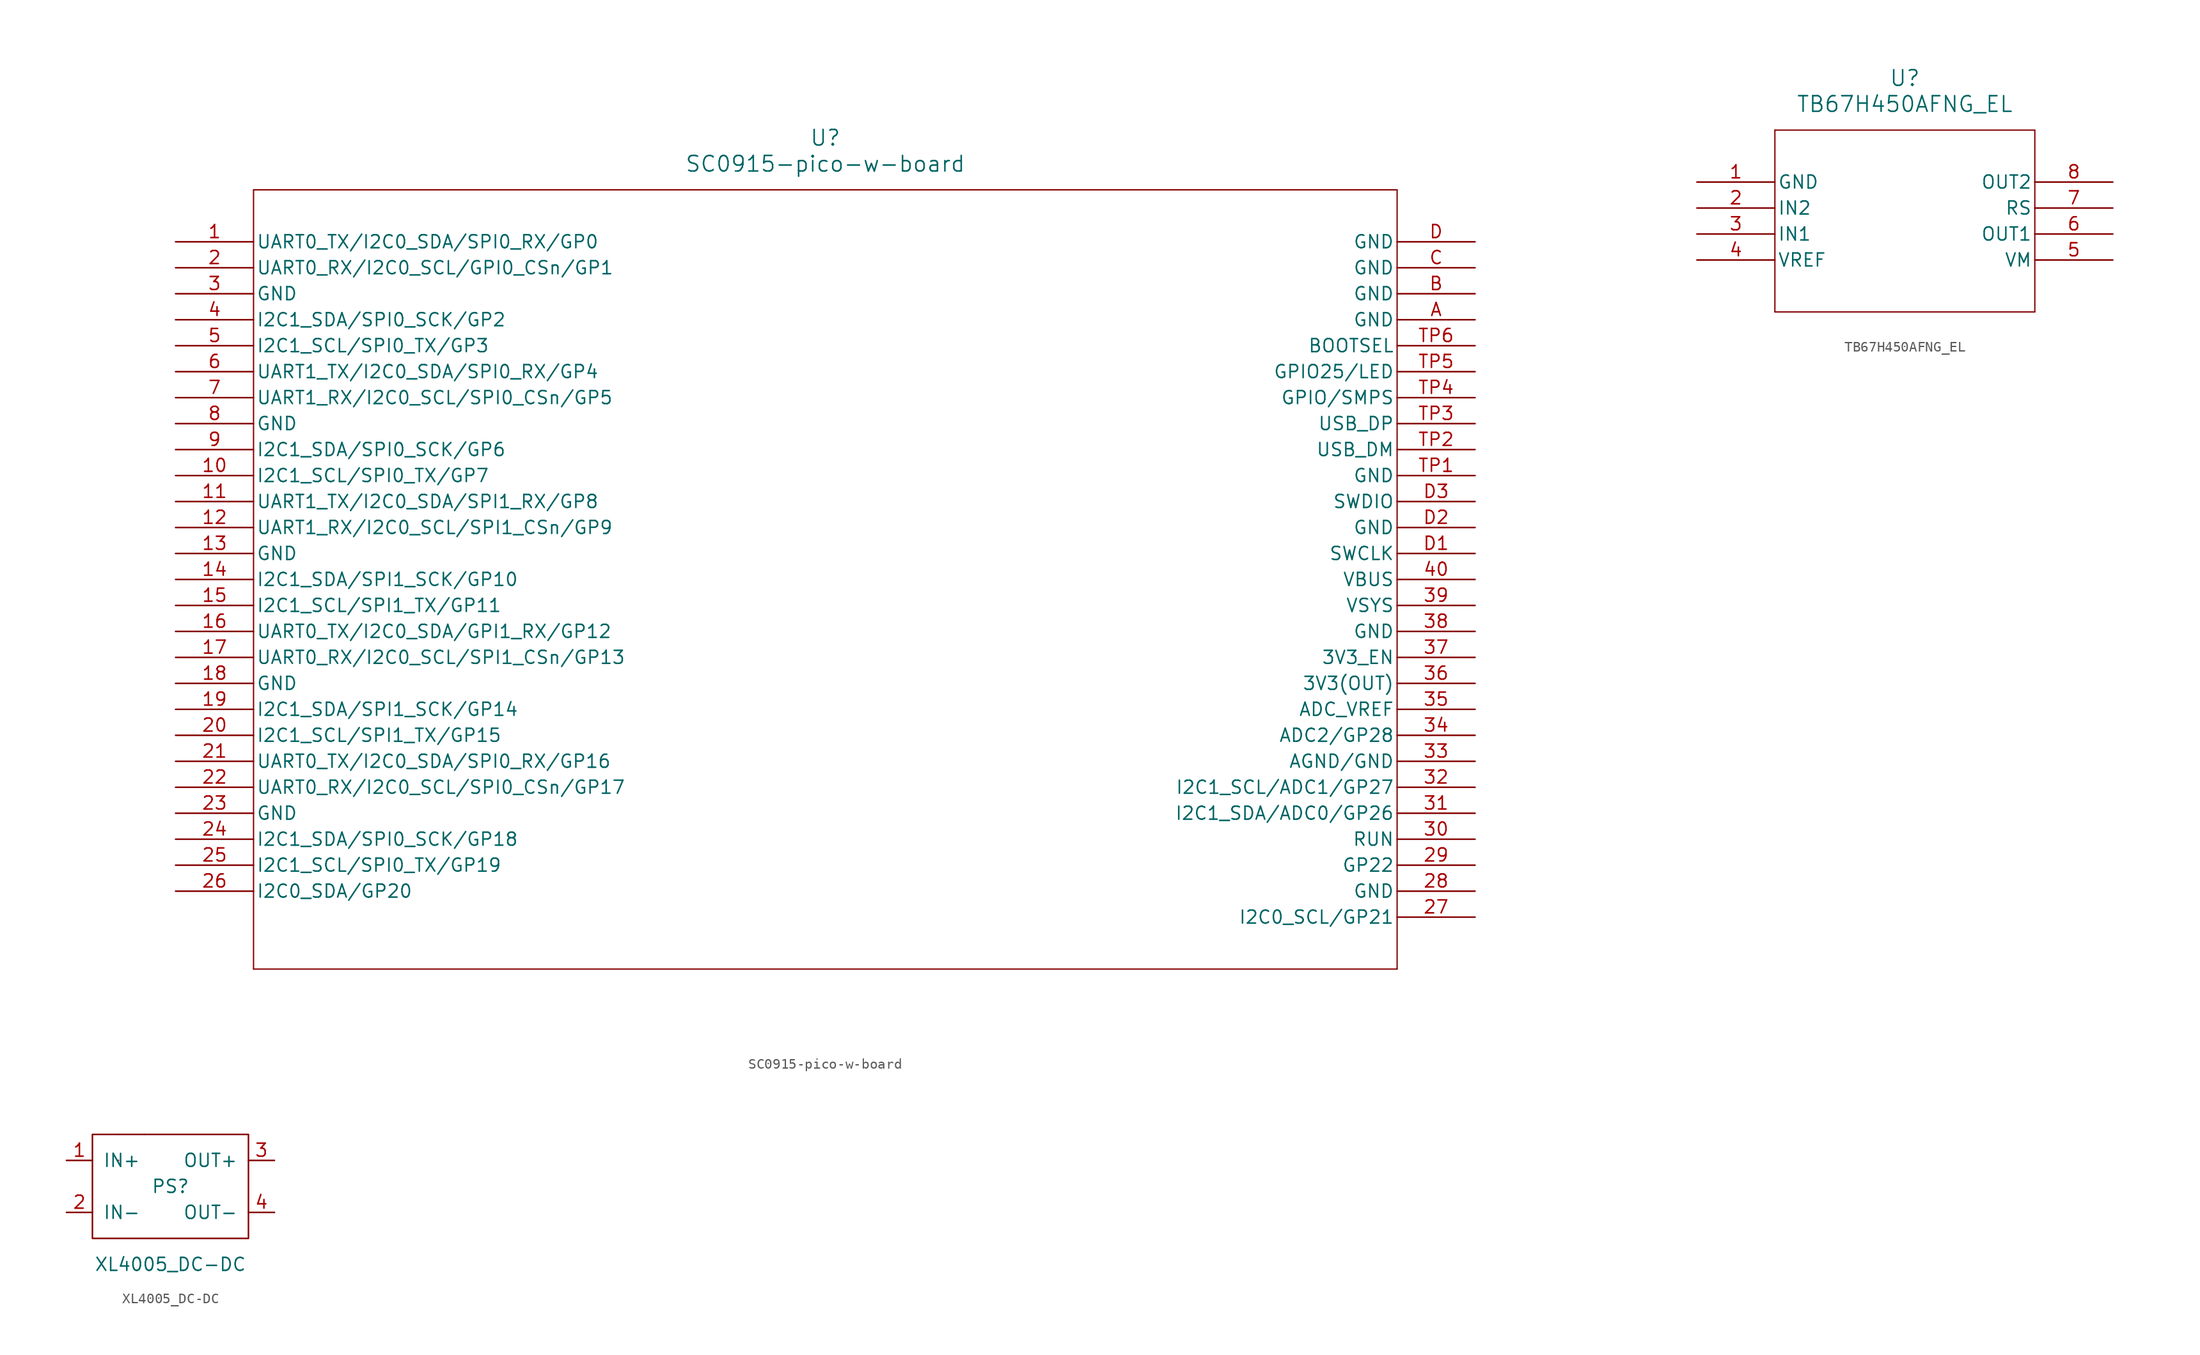
<source format=kicad_sym>
(kicad_symbol_lib
  (version 20211014)
  (generator kicad_symbol_editor)
  (symbol "SC0915-pico-w-board"
    (pin_names
      (offset 0.254))
    (property "Reference" "U"
      (at 63.5 10.16 0)
      (effects (font (size 1.524 1.524))))
    (property "Value" "SC0915-pico-w-board"
      (at 63.5 7.62 0)
      (effects (font (size 1.524 1.524))))
    (property "ki_locked" ""
      (at 0 0 0)
      (effects (font (size 1.27 1.27))))
    (symbol "SC0915-pico-w-board_0_1"
      (polyline (pts (xy 7.62 -71.12) (xy 119.38 -71.12)) (stroke (width 0.127) (type default) (color 0 0 0 0)) (fill (type none)))
      (polyline (pts (xy 7.62 5.08) (xy 7.62 -71.12)) (stroke (width 0.127) (type default) (color 0 0 0 0)) (fill (type none)))
      (polyline (pts (xy 119.38 -71.12) (xy 119.38 5.08)) (stroke (width 0.127) (type default) (color 0 0 0 0)) (fill (type none)))
      (polyline (pts (xy 119.38 5.08) (xy 7.62 5.08)) (stroke (width 0.127) (type default) (color 0 0 0 0)) (fill (type none)))
      (pin bidirectional line (at 0 0 0) (length 7.62) (name "UART0_TX/I2C0_SDA/SPI0_RX/GP0" (effects (font (size 1.27 1.27)))) (number "1" (effects (font (size 1.27 1.27)))))
      (pin bidirectional line (at 0 -22.86 0) (length 7.62) (name "I2C1_SCL/SPI0_TX/GP7" (effects (font (size 1.27 1.27)))) (number "10" (effects (font (size 1.27 1.27)))))
      (pin bidirectional line (at 0 -25.4 0) (length 7.62) (name "UART1_TX/I2C0_SDA/SPI1_RX/GP8" (effects (font (size 1.27 1.27)))) (number "11" (effects (font (size 1.27 1.27)))))
      (pin bidirectional line (at 0 -27.94 0) (length 7.62) (name "UART1_RX/I2C0_SCL/SPI1_CSn/GP9" (effects (font (size 1.27 1.27)))) (number "12" (effects (font (size 1.27 1.27)))))
      (pin power_out line (at 0 -30.48 0) (length 7.62) (name "GND" (effects (font (size 1.27 1.27)))) (number "13" (effects (font (size 1.27 1.27)))))
      (pin bidirectional line (at 0 -33.02 0) (length 7.62) (name "I2C1_SDA/SPI1_SCK/GP10" (effects (font (size 1.27 1.27)))) (number "14" (effects (font (size 1.27 1.27)))))
      (pin bidirectional line (at 0 -35.56 0) (length 7.62) (name "I2C1_SCL/SPI1_TX/GP11" (effects (font (size 1.27 1.27)))) (number "15" (effects (font (size 1.27 1.27)))))
      (pin bidirectional line (at 0 -38.1 0) (length 7.62) (name "UART0_TX/I2C0_SDA/GPI1_RX/GP12" (effects (font (size 1.27 1.27)))) (number "16" (effects (font (size 1.27 1.27)))))
      (pin bidirectional line (at 0 -40.64 0) (length 7.62) (name "UART0_RX/I2C0_SCL/SPI1_CSn/GP13" (effects (font (size 1.27 1.27)))) (number "17" (effects (font (size 1.27 1.27)))))
      (pin power_out line (at 0 -43.18 0) (length 7.62) (name "GND" (effects (font (size 1.27 1.27)))) (number "18" (effects (font (size 1.27 1.27)))))
      (pin bidirectional line (at 0 -45.72 0) (length 7.62) (name "I2C1_SDA/SPI1_SCK/GP14" (effects (font (size 1.27 1.27)))) (number "19" (effects (font (size 1.27 1.27)))))
      (pin bidirectional line (at 0 -2.54 0) (length 7.62) (name "UART0_RX/I2C0_SCL/GPI0_CSn/GP1" (effects (font (size 1.27 1.27)))) (number "2" (effects (font (size 1.27 1.27)))))
      (pin bidirectional line (at 0 -48.26 0) (length 7.62) (name "I2C1_SCL/SPI1_TX/GP15" (effects (font (size 1.27 1.27)))) (number "20" (effects (font (size 1.27 1.27)))))
      (pin bidirectional line (at 0 -50.8 0) (length 7.62) (name "UART0_TX/I2C0_SDA/SPI0_RX/GP16" (effects (font (size 1.27 1.27)))) (number "21" (effects (font (size 1.27 1.27)))))
      (pin bidirectional line (at 0 -53.34 0) (length 7.62) (name "UART0_RX/I2C0_SCL/SPI0_CSn/GP17" (effects (font (size 1.27 1.27)))) (number "22" (effects (font (size 1.27 1.27)))))
      (pin power_out line (at 0 -55.88 0) (length 7.62) (name "GND" (effects (font (size 1.27 1.27)))) (number "23" (effects (font (size 1.27 1.27)))))
      (pin bidirectional line (at 0 -58.42 0) (length 7.62) (name "I2C1_SDA/SPI0_SCK/GP18" (effects (font (size 1.27 1.27)))) (number "24" (effects (font (size 1.27 1.27)))))
      (pin bidirectional line (at 0 -60.96 0) (length 7.62) (name "I2C1_SCL/SPI0_TX/GP19" (effects (font (size 1.27 1.27)))) (number "25" (effects (font (size 1.27 1.27)))))
      (pin bidirectional line (at 0 -63.5 0) (length 7.62) (name "I2C0_SDA/GP20" (effects (font (size 1.27 1.27)))) (number "26" (effects (font (size 1.27 1.27)))))
      (pin bidirectional line (at 127 -66.04 180) (length 7.62) (name "I2C0_SCL/GP21" (effects (font (size 1.27 1.27)))) (number "27" (effects (font (size 1.27 1.27)))))
      (pin power_out line (at 127 -63.5 180) (length 7.62) (name "GND" (effects (font (size 1.27 1.27)))) (number "28" (effects (font (size 1.27 1.27)))))
      (pin bidirectional line (at 127 -60.96 180) (length 7.62) (name "GP22" (effects (font (size 1.27 1.27)))) (number "29" (effects (font (size 1.27 1.27)))))
      (pin power_out line (at 0 -5.08 0) (length 7.62) (name "GND" (effects (font (size 1.27 1.27)))) (number "3" (effects (font (size 1.27 1.27)))))
      (pin unspecified line (at 127 -58.42 180) (length 7.62) (name "RUN" (effects (font (size 1.27 1.27)))) (number "30" (effects (font (size 1.27 1.27)))))
      (pin bidirectional line (at 127 -55.88 180) (length 7.62) (name "I2C1_SDA/ADC0/GP26" (effects (font (size 1.27 1.27)))) (number "31" (effects (font (size 1.27 1.27)))))
      (pin bidirectional line (at 127 -53.34 180) (length 7.62) (name "I2C1_SCL/ADC1/GP27" (effects (font (size 1.27 1.27)))) (number "32" (effects (font (size 1.27 1.27)))))
      (pin power_out line (at 127 -50.8 180) (length 7.62) (name "AGND/GND" (effects (font (size 1.27 1.27)))) (number "33" (effects (font (size 1.27 1.27)))))
      (pin bidirectional line (at 127 -48.26 180) (length 7.62) (name "ADC2/GP28" (effects (font (size 1.27 1.27)))) (number "34" (effects (font (size 1.27 1.27)))))
      (pin power_in line (at 127 -45.72 180) (length 7.62) (name "ADC_VREF" (effects (font (size 1.27 1.27)))) (number "35" (effects (font (size 1.27 1.27)))))
      (pin output line (at 127 -43.18 180) (length 7.62) (name "3V3(OUT)" (effects (font (size 1.27 1.27)))) (number "36" (effects (font (size 1.27 1.27)))))
      (pin power_in line (at 127 -40.64 180) (length 7.62) (name "3V3_EN" (effects (font (size 1.27 1.27)))) (number "37" (effects (font (size 1.27 1.27)))))
      (pin power_out line (at 127 -38.1 180) (length 7.62) (name "GND" (effects (font (size 1.27 1.27)))) (number "38" (effects (font (size 1.27 1.27)))))
      (pin power_in line (at 127 -35.56 180) (length 7.62) (name "VSYS" (effects (font (size 1.27 1.27)))) (number "39" (effects (font (size 1.27 1.27)))))
      (pin bidirectional line (at 0 -7.62 0) (length 7.62) (name "I2C1_SDA/SPI0_SCK/GP2" (effects (font (size 1.27 1.27)))) (number "4" (effects (font (size 1.27 1.27)))))
      (pin power_in line (at 127 -33.02 180) (length 7.62) (name "VBUS" (effects (font (size 1.27 1.27)))) (number "40" (effects (font (size 1.27 1.27)))))
      (pin bidirectional line (at 0 -10.16 0) (length 7.62) (name "I2C1_SCL/SPI0_TX/GP3" (effects (font (size 1.27 1.27)))) (number "5" (effects (font (size 1.27 1.27)))))
      (pin bidirectional line (at 0 -12.7 0) (length 7.62) (name "UART1_TX/I2C0_SDA/SPI0_RX/GP4" (effects (font (size 1.27 1.27)))) (number "6" (effects (font (size 1.27 1.27)))))
      (pin bidirectional line (at 0 -15.24 0) (length 7.62) (name "UART1_RX/I2C0_SCL/SPI0_CSn/GP5" (effects (font (size 1.27 1.27)))) (number "7" (effects (font (size 1.27 1.27)))))
      (pin power_out line (at 0 -17.78 0) (length 7.62) (name "GND" (effects (font (size 1.27 1.27)))) (number "8" (effects (font (size 1.27 1.27)))))
      (pin bidirectional line (at 0 -20.32 0) (length 7.62) (name "I2C1_SDA/SPI0_SCK/GP6" (effects (font (size 1.27 1.27)))) (number "9" (effects (font (size 1.27 1.27)))))
      (pin power_out line (at 127 -7.62 180) (length 7.62) (name "GND" (effects (font (size 1.27 1.27)))) (number "A" (effects (font (size 1.27 1.27)))))
      (pin power_out line (at 127 -5.08 180) (length 7.62) (name "GND" (effects (font (size 1.27 1.27)))) (number "B" (effects (font (size 1.27 1.27)))))
      (pin power_out line (at 127 -2.54 180) (length 7.62) (name "GND" (effects (font (size 1.27 1.27)))) (number "C" (effects (font (size 1.27 1.27)))))
      (pin power_out line (at 127 0 180) (length 7.62) (name "GND" (effects (font (size 1.27 1.27)))) (number "D" (effects (font (size 1.27 1.27)))))
      (pin unspecified line (at 127 -30.48 180) (length 7.62) (name "SWCLK" (effects (font (size 1.27 1.27)))) (number "D1" (effects (font (size 1.27 1.27)))))
      (pin power_out line (at 127 -27.94 180) (length 7.62) (name "GND" (effects (font (size 1.27 1.27)))) (number "D2" (effects (font (size 1.27 1.27)))))
      (pin unspecified line (at 127 -25.4 180) (length 7.62) (name "SWDIO" (effects (font (size 1.27 1.27)))) (number "D3" (effects (font (size 1.27 1.27)))))
      (pin power_out line (at 127 -22.86 180) (length 7.62) (name "GND" (effects (font (size 1.27 1.27)))) (number "TP1" (effects (font (size 1.27 1.27)))))
      (pin unspecified line (at 127 -20.32 180) (length 7.62) (name "USB_DM" (effects (font (size 1.27 1.27)))) (number "TP2" (effects (font (size 1.27 1.27)))))
      (pin unspecified line (at 127 -17.78 180) (length 7.62) (name "USB_DP" (effects (font (size 1.27 1.27)))) (number "TP3" (effects (font (size 1.27 1.27)))))
      (pin unspecified line (at 127 -15.24 180) (length 7.62) (name "GPIO/SMPS" (effects (font (size 1.27 1.27)))) (number "TP4" (effects (font (size 1.27 1.27)))))
      (pin unspecified line (at 127 -12.7 180) (length 7.62) (name "GPIO25/LED" (effects (font (size 1.27 1.27)))) (number "TP5" (effects (font (size 1.27 1.27)))))
      (pin unspecified line (at 127 -10.16 180) (length 7.62) (name "BOOTSEL" (effects (font (size 1.27 1.27)))) (number "TP6" (effects (font (size 1.27 1.27)))))))
  (symbol "TB67H450AFNG_EL"
    (pin_names
      (offset 0.254))
    (property "Reference" "U"
      (at 20.32 10.16 0)
      (effects (font (size 1.524 1.524))))
    (property "Value" "TB67H450AFNG_EL"
      (at 20.32 7.62 0)
      (effects (font (size 1.524 1.524))))
    (property "ki_locked" ""
      (at 0 0 0)
      (effects (font (size 1.27 1.27))))
    (symbol "TB67H450AFNG_EL_0_1"
      (polyline (pts (xy 7.62 -12.7) (xy 33.02 -12.7)) (stroke (width 0.127) (type default) (color 0 0 0 0)) (fill (type none)))
      (polyline (pts (xy 7.62 5.08) (xy 7.62 -12.7)) (stroke (width 0.127) (type default) (color 0 0 0 0)) (fill (type none)))
      (polyline (pts (xy 33.02 -12.7) (xy 33.02 5.08)) (stroke (width 0.127) (type default) (color 0 0 0 0)) (fill (type none)))
      (polyline (pts (xy 33.02 5.08) (xy 7.62 5.08)) (stroke (width 0.127) (type default) (color 0 0 0 0)) (fill (type none)))
      (pin power_out line (at 0 0 0) (length 7.62) (name "GND" (effects (font (size 1.27 1.27)))) (number "1" (effects (font (size 1.27 1.27)))))
      (pin input line (at 0 -2.54 0) (length 7.62) (name "IN2" (effects (font (size 1.27 1.27)))) (number "2" (effects (font (size 1.27 1.27)))))
      (pin input line (at 0 -5.08 0) (length 7.62) (name "IN1" (effects (font (size 1.27 1.27)))) (number "3" (effects (font (size 1.27 1.27)))))
      (pin unspecified line (at 0 -7.62 0) (length 7.62) (name "VREF" (effects (font (size 1.27 1.27)))) (number "4" (effects (font (size 1.27 1.27)))))
      (pin power_in line (at 40.64 -7.62 180) (length 7.62) (name "VM" (effects (font (size 1.27 1.27)))) (number "5" (effects (font (size 1.27 1.27)))))
      (pin output line (at 40.64 -5.08 180) (length 7.62) (name "OUT1" (effects (font (size 1.27 1.27)))) (number "6" (effects (font (size 1.27 1.27)))))
      (pin unspecified line (at 40.64 -2.54 180) (length 7.62) (name "RS" (effects (font (size 1.27 1.27)))) (number "7" (effects (font (size 1.27 1.27)))))
      (pin output line (at 40.64 0 180) (length 7.62) (name "OUT2" (effects (font (size 1.27 1.27)))) (number "8" (effects (font (size 1.27 1.27)))))))
  (symbol "XL4005_DC-DC"
    (pin_names
      (offset 1.016))
    (property "Reference" "PS"
      (at 0 0 0)
      (effects (font (size 1.27 1.27))))
    (property "Value" "XL4005_DC-DC"
      (at 0 -7.62 0)
      (effects (font (size 1.27 1.27))))
    (symbol "XL4005_DC-DC_0_1"
      (rectangle (start -7.62 5.08) (end 7.62 -5.08) (stroke (width 0) (type default) (color 0 0 0 0)) (fill (type none)))
      (rectangle (start -5.08 2.54) (end -5.08 2.54) (stroke (width 0) (type default) (color 0 0 0 0)) (fill (type none)))
      (rectangle (start -5.08 5.08) (end -5.08 5.08) (stroke (width 0) (type default) (color 0 0 0 0)) (fill (type none)))
      (rectangle (start -2.54 5.08) (end -2.54 5.08) (stroke (width 0) (type default) (color 0 0 0 0)) (fill (type none))))
    (symbol "XL4005_DC-DC_1_1"
      (pin input line (at -10.16 2.54 0) (length 2.54) (name "IN+" (effects (font (size 1.27 1.27)))) (number "1" (effects (font (size 1.27 1.27)))))
      (pin input line (at -10.16 -2.54 0) (length 2.54) (name "IN-" (effects (font (size 1.27 1.27)))) (number "2" (effects (font (size 1.27 1.27)))))
      (pin output line (at 10.16 2.54 180) (length 2.54) (name "OUT+" (effects (font (size 1.27 1.27)))) (number "3" (effects (font (size 1.27 1.27)))))
      (pin output line (at 10.16 -2.54 180) (length 2.54) (name "OUT-" (effects (font (size 1.27 1.27)))) (number "4" (effects (font (size 1.27 1.27))))))))
</source>
